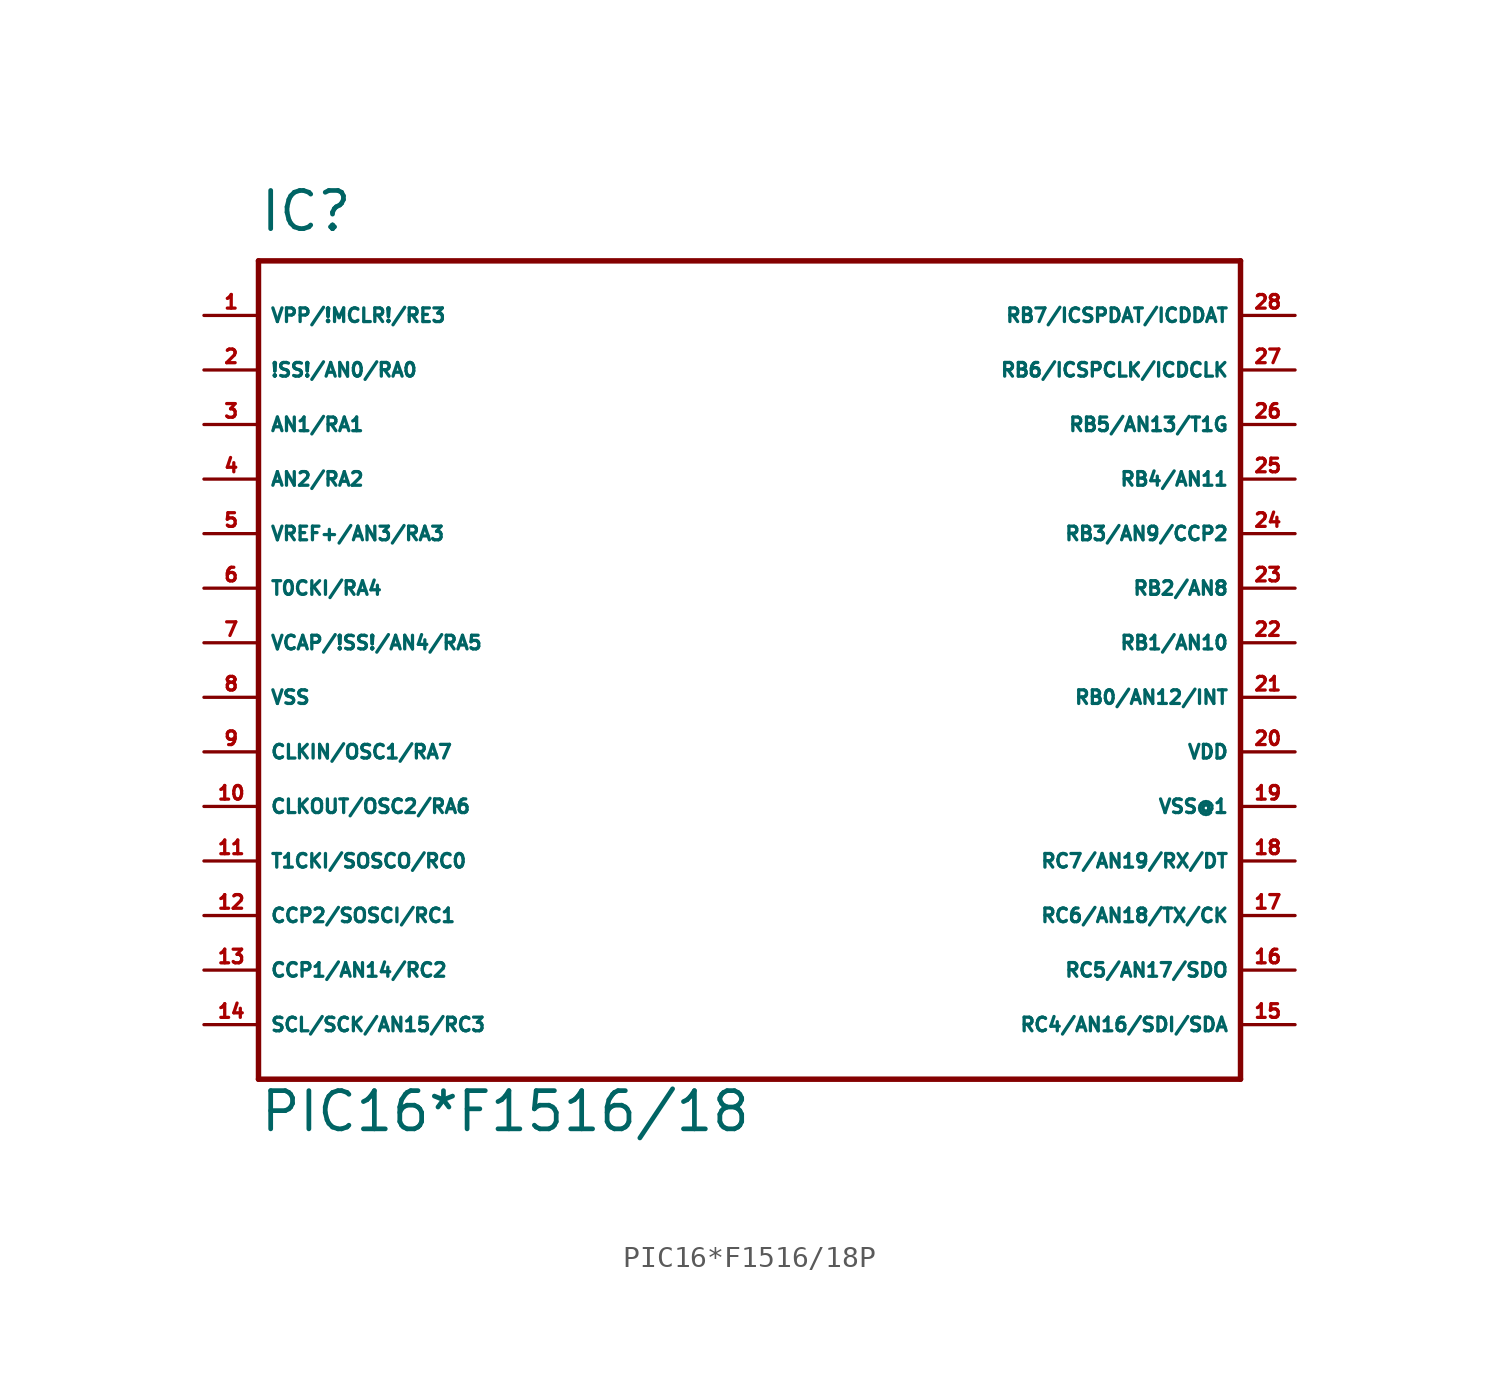
<source format=kicad_sym>
(kicad_symbol_lib
  (version 20220914)
  (generator Eagle2Kicad)
  (symbol "PIC16*F1516/18P"
    (property "Reference" "IC"
      (at -22.86 19.05 0)
      (effects (font (size 1.778 1.778) (thickness 0.22)) (justify left bottom)))
    (property "Value" "PIC16*F1516/18"
      (at -22.86 -22.86 0)
      (effects (font (size 1.778 1.778) (thickness 0.22)) (justify left bottom)))
    (polyline
      (pts (xy -22.86 17.78) (xy 22.86 17.78))
      (stroke (width 0.254) (type default))
      (fill (type none)))
    (polyline
      (pts (xy 22.86 17.78) (xy 22.86 -20.32))
      (stroke (width 0.254) (type default))
      (fill (type none)))
    (polyline
      (pts (xy 22.86 -20.32) (xy -22.86 -20.32))
      (stroke (width 0.254) (type default))
      (fill (type none)))
    (polyline
      (pts (xy -22.86 -20.32) (xy -22.86 17.78))
      (stroke (width 0.254) (type default))
      (fill (type none)))
    (pin bidirectional line
      (at -25.4 15.24 0)
      (length 2.54)
      (name "VPP/!MCLR!/RE3" (effects (font (size 0.635 0.635) (thickness 0.08)) (justify left bottom)))
      (number "1" (effects (font (size 0.635 0.635) (thickness 0.08)) (justify left bottom))))
    (pin bidirectional line
      (at -25.4 12.7 0)
      (length 2.54)
      (name "!SS!/AN0/RA0" (effects (font (size 0.635 0.635) (thickness 0.08)) (justify left bottom)))
      (number "2" (effects (font (size 0.635 0.635) (thickness 0.08)) (justify left bottom))))
    (pin bidirectional line
      (at -25.4 10.16 0)
      (length 2.54)
      (name "AN1/RA1" (effects (font (size 0.635 0.635) (thickness 0.08)) (justify left bottom)))
      (number "3" (effects (font (size 0.635 0.635) (thickness 0.08)) (justify left bottom))))
    (pin bidirectional line
      (at -25.4 7.62 0)
      (length 2.54)
      (name "AN2/RA2" (effects (font (size 0.635 0.635) (thickness 0.08)) (justify left bottom)))
      (number "4" (effects (font (size 0.635 0.635) (thickness 0.08)) (justify left bottom))))
    (pin bidirectional line
      (at -25.4 5.08 0)
      (length 2.54)
      (name "VREF+/AN3/RA3" (effects (font (size 0.635 0.635) (thickness 0.08)) (justify left bottom)))
      (number "5" (effects (font (size 0.635 0.635) (thickness 0.08)) (justify left bottom))))
    (pin bidirectional line
      (at -25.4 2.54 0)
      (length 2.54)
      (name "T0CKI/RA4" (effects (font (size 0.635 0.635) (thickness 0.08)) (justify left bottom)))
      (number "6" (effects (font (size 0.635 0.635) (thickness 0.08)) (justify left bottom))))
    (pin bidirectional line
      (at -25.4 0 0)
      (length 2.54)
      (name "VCAP/!SS!/AN4/RA5" (effects (font (size 0.635 0.635) (thickness 0.08)) (justify left bottom)))
      (number "7" (effects (font (size 0.635 0.635) (thickness 0.08)) (justify left bottom))))
    (pin bidirectional line
      (at -25.4 -5.08 0)
      (length 2.54)
      (name "CLKIN/OSC1/RA7" (effects (font (size 0.635 0.635) (thickness 0.08)) (justify left bottom)))
      (number "9" (effects (font (size 0.635 0.635) (thickness 0.08)) (justify left bottom))))
    (pin bidirectional line
      (at -25.4 -7.62 0)
      (length 2.54)
      (name "CLKOUT/OSC2/RA6" (effects (font (size 0.635 0.635) (thickness 0.08)) (justify left bottom)))
      (number "10" (effects (font (size 0.635 0.635) (thickness 0.08)) (justify left bottom))))
    (pin bidirectional line
      (at -25.4 -10.16 0)
      (length 2.54)
      (name "T1CKI/SOSCO/RC0" (effects (font (size 0.635 0.635) (thickness 0.08)) (justify left bottom)))
      (number "11" (effects (font (size 0.635 0.635) (thickness 0.08)) (justify left bottom))))
    (pin bidirectional line
      (at -25.4 -12.7 0)
      (length 2.54)
      (name "CCP2/SOSCI/RC1" (effects (font (size 0.635 0.635) (thickness 0.08)) (justify left bottom)))
      (number "12" (effects (font (size 0.635 0.635) (thickness 0.08)) (justify left bottom))))
    (pin bidirectional line
      (at -25.4 -15.24 0)
      (length 2.54)
      (name "CCP1/AN14/RC2" (effects (font (size 0.635 0.635) (thickness 0.08)) (justify left bottom)))
      (number "13" (effects (font (size 0.635 0.635) (thickness 0.08)) (justify left bottom))))
    (pin bidirectional line
      (at -25.4 -17.78 0)
      (length 2.54)
      (name "SCL/SCK/AN15/RC3" (effects (font (size 0.635 0.635) (thickness 0.08)) (justify left bottom)))
      (number "14" (effects (font (size 0.635 0.635) (thickness 0.08)) (justify left bottom))))
    (pin bidirectional line
      (at 25.4 -17.78 180)
      (length 2.54)
      (name "RC4/AN16/SDI/SDA" (effects (font (size 0.635 0.635) (thickness 0.08)) (justify left bottom)))
      (number "15" (effects (font (size 0.635 0.635) (thickness 0.08)) (justify left bottom))))
    (pin bidirectional line
      (at 25.4 -15.24 180)
      (length 2.54)
      (name "RC5/AN17/SDO" (effects (font (size 0.635 0.635) (thickness 0.08)) (justify left bottom)))
      (number "16" (effects (font (size 0.635 0.635) (thickness 0.08)) (justify left bottom))))
    (pin bidirectional line
      (at 25.4 -12.7 180)
      (length 2.54)
      (name "RC6/AN18/TX/CK" (effects (font (size 0.635 0.635) (thickness 0.08)) (justify left bottom)))
      (number "17" (effects (font (size 0.635 0.635) (thickness 0.08)) (justify left bottom))))
    (pin bidirectional line
      (at 25.4 -10.16 180)
      (length 2.54)
      (name "RC7/AN19/RX/DT" (effects (font (size 0.635 0.635) (thickness 0.08)) (justify left bottom)))
      (number "18" (effects (font (size 0.635 0.635) (thickness 0.08)) (justify left bottom))))
    (pin bidirectional line
      (at 25.4 -2.54 180)
      (length 2.54)
      (name "RB0/AN12/INT" (effects (font (size 0.635 0.635) (thickness 0.08)) (justify left bottom)))
      (number "21" (effects (font (size 0.635 0.635) (thickness 0.08)) (justify left bottom))))
    (pin bidirectional line
      (at 25.4 0 180)
      (length 2.54)
      (name "RB1/AN10" (effects (font (size 0.635 0.635) (thickness 0.08)) (justify left bottom)))
      (number "22" (effects (font (size 0.635 0.635) (thickness 0.08)) (justify left bottom))))
    (pin bidirectional line
      (at 25.4 2.54 180)
      (length 2.54)
      (name "RB2/AN8" (effects (font (size 0.635 0.635) (thickness 0.08)) (justify left bottom)))
      (number "23" (effects (font (size 0.635 0.635) (thickness 0.08)) (justify left bottom))))
    (pin bidirectional line
      (at 25.4 5.08 180)
      (length 2.54)
      (name "RB3/AN9/CCP2" (effects (font (size 0.635 0.635) (thickness 0.08)) (justify left bottom)))
      (number "24" (effects (font (size 0.635 0.635) (thickness 0.08)) (justify left bottom))))
    (pin bidirectional line
      (at 25.4 7.62 180)
      (length 2.54)
      (name "RB4/AN11" (effects (font (size 0.635 0.635) (thickness 0.08)) (justify left bottom)))
      (number "25" (effects (font (size 0.635 0.635) (thickness 0.08)) (justify left bottom))))
    (pin bidirectional line
      (at 25.4 10.16 180)
      (length 2.54)
      (name "RB5/AN13/T1G" (effects (font (size 0.635 0.635) (thickness 0.08)) (justify left bottom)))
      (number "26" (effects (font (size 0.635 0.635) (thickness 0.08)) (justify left bottom))))
    (pin bidirectional line
      (at 25.4 12.7 180)
      (length 2.54)
      (name "RB6/ICSPCLK/ICDCLK" (effects (font (size 0.635 0.635) (thickness 0.08)) (justify left bottom)))
      (number "27" (effects (font (size 0.635 0.635) (thickness 0.08)) (justify left bottom))))
    (pin bidirectional line
      (at 25.4 15.24 180)
      (length 2.54)
      (name "RB7/ICSPDAT/ICDDAT" (effects (font (size 0.635 0.635) (thickness 0.08)) (justify left bottom)))
      (number "28" (effects (font (size 0.635 0.635) (thickness 0.08)) (justify left bottom))))
    (pin unspecified line
      (at -25.4 -2.54 0)
      (length 2.54)
      (name "VSS" (effects (font (size 0.635 0.635) (thickness 0.08)) (justify left bottom)))
      (number "8" (effects (font (size 0.635 0.635) (thickness 0.08)) (justify left bottom))))
    (pin unspecified line
      (at 25.4 -7.62 180)
      (length 2.54)
      (name "VSS@1" (effects (font (size 0.635 0.635) (thickness 0.08)) (justify left bottom)))
      (number "19" (effects (font (size 0.635 0.635) (thickness 0.08)) (justify left bottom))))
    (pin unspecified line
      (at 25.4 -5.08 180)
      (length 2.54)
      (name "VDD" (effects (font (size 0.635 0.635) (thickness 0.08)) (justify left bottom)))
      (number "20" (effects (font (size 0.635 0.635) (thickness 0.08)) (justify left bottom))))))
</source>
